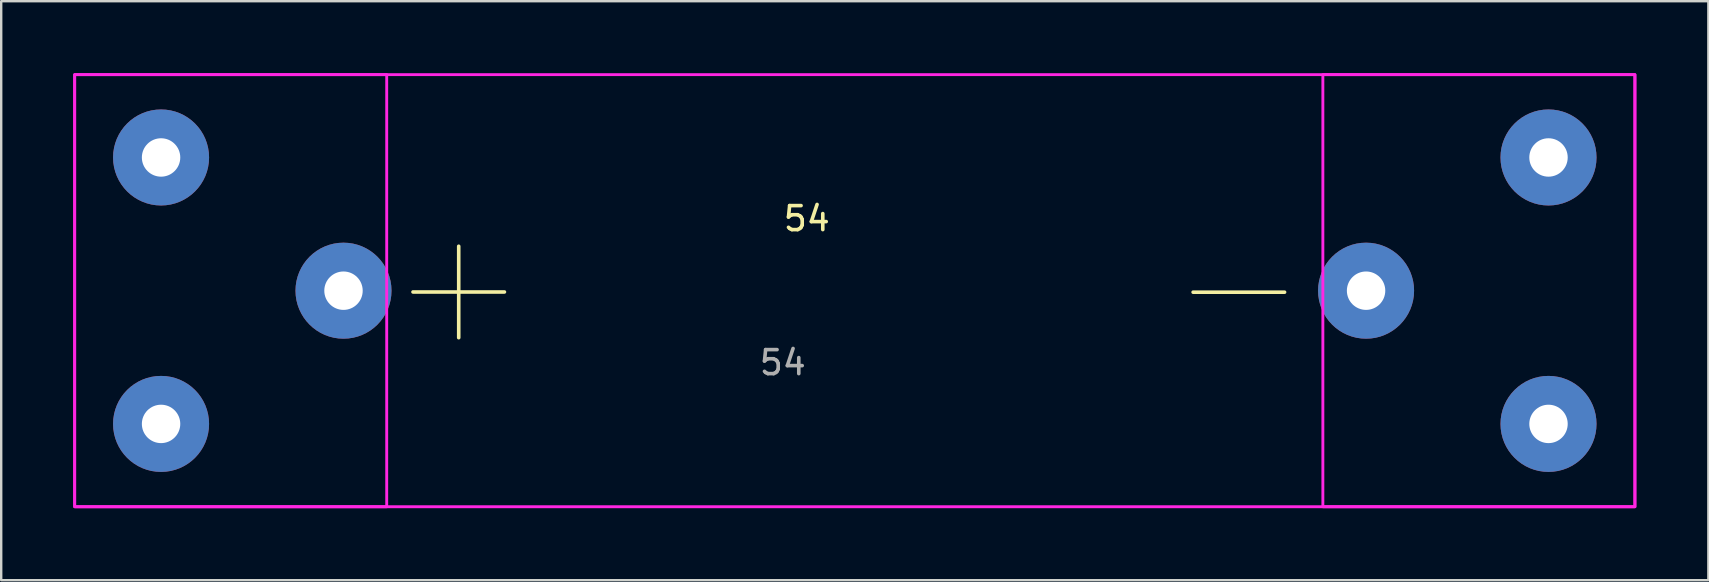
<source format=kicad_pcb>
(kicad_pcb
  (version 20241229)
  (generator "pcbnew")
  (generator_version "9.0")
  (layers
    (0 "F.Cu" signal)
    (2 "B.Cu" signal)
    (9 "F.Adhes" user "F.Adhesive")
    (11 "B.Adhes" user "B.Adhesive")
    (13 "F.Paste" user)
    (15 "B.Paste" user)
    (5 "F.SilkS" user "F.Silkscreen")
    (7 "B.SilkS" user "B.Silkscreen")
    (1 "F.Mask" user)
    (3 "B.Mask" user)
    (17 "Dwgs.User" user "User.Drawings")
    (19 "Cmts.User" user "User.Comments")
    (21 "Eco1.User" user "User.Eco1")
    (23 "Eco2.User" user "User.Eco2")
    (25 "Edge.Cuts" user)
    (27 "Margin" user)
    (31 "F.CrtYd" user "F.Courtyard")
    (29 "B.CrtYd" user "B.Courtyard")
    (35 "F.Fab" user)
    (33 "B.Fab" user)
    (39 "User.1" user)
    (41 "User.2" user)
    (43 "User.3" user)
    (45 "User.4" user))
  (footprint "54"
    (layer "F.Cu")
    (at 32.56 9.06)
    (property "Reference" "54" (at -2 -3 0) (unlocked yes) (layer "F.SilkS") (effects (font (size 1 1) (thickness 0.15))))
    (attr smd)
    (fp_rect (start -32.5 -9) (end -19.5 9) (stroke (width 0.12) (type solid)) (fill no) (layer "F.CrtYd"))
    (fp_rect (start -32.5 -9) (end 32.5 9) (stroke (width 0.12) (type solid)) (fill no) (layer "F.CrtYd"))
    (fp_rect (start 32.5 -9) (end 19.5 9) (stroke (width 0.12) (type solid)) (fill no) (layer "F.CrtYd"))
    (fp_text user "-" (at 16 -0.338 0) (unlocked yes) (layer "F.SilkS") (effects (font (size 5 5) (thickness 0.15))))
    (fp_text user "+" (at -16.5 -0.347 0) (unlocked yes) (layer "F.SilkS") (effects (font (size 5 5) (thickness 0.15))))
    (fp_text user "${REFERENCE}" (at -3 3 0) (unlocked yes) (layer "F.Fab") (effects (font (size 1 1) (thickness 0.15))))
    (pad "1" thru_hole circle (at -28.9 -5.55 180) (size 4 4) (drill 1.6) (layers "*.Cu" "*.Mask"))
    (pad "1" thru_hole circle (at -28.9 5.55 180) (size 4 4) (drill 1.6) (layers "*.Cu" "*.Mask"))
    (pad "1" thru_hole circle (at -21.3 0 180) (size 4 4) (drill 1.6) (layers "*.Cu" "*.Mask"))
    (pad "2" thru_hole circle (at 21.3 0) (size 4 4) (drill 1.6) (layers "*.Cu" "*.Mask"))
    (pad "2" thru_hole circle (at 28.9 -5.55) (size 4 4) (drill 1.6) (layers "*.Cu" "*.Mask"))
    (pad "2" thru_hole circle (at 28.9 5.55) (size 4 4) (drill 1.6) (layers "*.Cu" "*.Mask")))
  (gr_rect
    (start -3 -3)
    (end 68.12 21.12)
    (stroke (width 0.1) (type default))
    (fill no)
    (layer "Edge.Cuts")))
</source>
